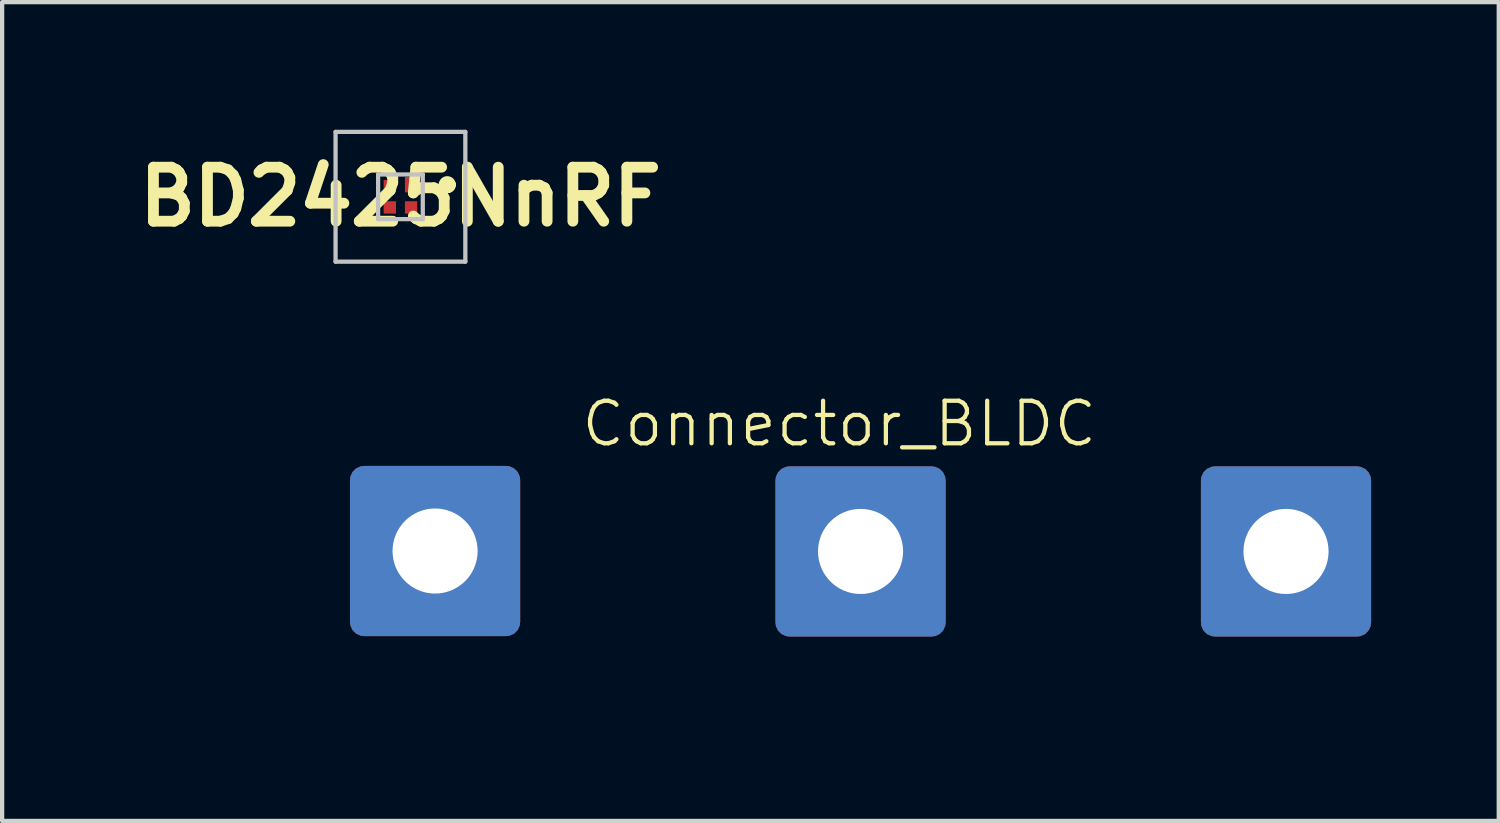
<source format=kicad_pcb>
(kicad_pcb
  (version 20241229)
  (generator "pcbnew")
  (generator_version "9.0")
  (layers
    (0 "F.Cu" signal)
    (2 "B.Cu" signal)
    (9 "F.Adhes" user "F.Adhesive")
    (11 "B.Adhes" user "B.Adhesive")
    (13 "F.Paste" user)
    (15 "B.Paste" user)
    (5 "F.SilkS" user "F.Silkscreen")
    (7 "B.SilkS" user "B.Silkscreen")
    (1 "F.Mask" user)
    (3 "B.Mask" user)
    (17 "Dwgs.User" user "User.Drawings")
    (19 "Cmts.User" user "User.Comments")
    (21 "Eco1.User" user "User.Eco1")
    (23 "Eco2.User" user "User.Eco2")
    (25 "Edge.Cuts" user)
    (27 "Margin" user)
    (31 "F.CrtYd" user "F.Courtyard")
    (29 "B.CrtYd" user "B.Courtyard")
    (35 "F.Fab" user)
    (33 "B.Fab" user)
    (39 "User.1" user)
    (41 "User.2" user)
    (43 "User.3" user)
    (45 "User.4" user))
  (footprint "BD2425NnRF"
    (layer "F.Cu")
    (at 6.362 1.575)
    (property "Reference" "BD2425NnRF" (at 0 0 0) (layer "F.SilkS") (effects (font (size 1.27 1.27) (thickness 0.254))))
    (attr smd)
    (fp_line (start 1 -0.285) (end 1 -0.285) (stroke (width 0.2) (type solid)) (layer "F.SilkS"))
    (fp_line (start 1 -0.285) (end 1 -0.285) (stroke (width 0.2) (type solid)) (layer "F.SilkS"))
    (fp_line (start 1.2 -0.285) (end 1.2 -0.285) (stroke (width 0.2) (type solid)) (layer "F.SilkS"))
    (fp_arc (start 1 -0.285) (mid 1.1 -0.385) (end 1.2 -0.285) (stroke (width 0.2) (type solid)) (layer "F.SilkS"))
    (fp_arc (start 1.2 -0.285) (mid 1.1 -0.185) (end 1 -0.285) (stroke (width 0.2) (type solid)) (layer "F.SilkS"))
    (fp_arc (start 1.2 -0.285) (mid 1.1 -0.185) (end 1 -0.285) (stroke (width 0.2) (type solid)) (layer "F.SilkS"))
    (fp_line (start -1.525 -1.525) (end 1.525 -1.525) (stroke (width 0.1) (type solid)) (layer "Dwgs.User"))
    (fp_line (start -1.525 1.525) (end -1.525 -1.525) (stroke (width 0.1) (type solid)) (layer "Dwgs.User"))
    (fp_line (start -0.525 -0.525) (end -0.525 0.525) (stroke (width 0.1) (type solid)) (layer "Dwgs.User"))
    (fp_line (start -0.525 0.525) (end 0.525 0.525) (stroke (width 0.1) (type solid)) (layer "Dwgs.User"))
    (fp_line (start 0.525 -0.525) (end -0.525 -0.525) (stroke (width 0.1) (type solid)) (layer "Dwgs.User"))
    (fp_line (start 0.525 0.525) (end 0.525 -0.525) (stroke (width 0.1) (type solid)) (layer "Dwgs.User"))
    (fp_line (start 1.525 -1.525) (end 1.525 1.525) (stroke (width 0.1) (type solid)) (layer "Dwgs.User"))
    (fp_line (start 1.525 1.525) (end -1.525 1.525) (stroke (width 0.1) (type solid)) (layer "Dwgs.User"))
    (pad "1" smd rect (at 0.285 -0.285 90) (size 0.36 0.36) (layers "F.Cu" "F.Mask" "F.Paste"))
    (pad "2" smd rect (at -0.25 -0.25 90) (size 0.29 0.29) (layers "F.Cu" "F.Mask" "F.Paste"))
    (pad "3" smd rect (at -0.25 0.25 90) (size 0.29 0.29) (layers "F.Cu" "F.Mask" "F.Paste"))
    (pad "4" smd rect (at 0.25 0.25 90) (size 0.29 0.29) (layers "F.Cu" "F.Mask" "F.Paste")))
  (footprint "Connector_BLDC"
    (layer "F.Cu")
    (at 17.176 9.911)
    (property "Reference" "Connector_BLDC" (at -0.5 -3 0) (unlocked yes) (layer "F.SilkS") (effects (font (size 1 1) (thickness 0.1))))
    (attr through_hole)
    (fp_text user "C                                     B                                     A" (at 10.25 2.25 180) (unlocked yes) (layer "F.Mask") (effects (font (face "Copperplate Gothic Bold") (size 0.8 0.7) (thickness 0.14) (bold yes)) (justify left bottom)))
    (pad "1" thru_hole roundrect (at -10 -0.01) (size 4 4) (drill 2) (layers "*.Cu" "*.Mask") (roundrect_rratio 0.083))
    (pad "2" thru_hole roundrect (at 0 0) (size 4 4) (drill 2) (layers "*.Cu" "*.Mask") (roundrect_rratio 0.083))
    (pad "3" thru_hole roundrect (at 10 0) (size 4 4) (drill 2) (layers "*.Cu" "*.Mask") (roundrect_rratio 0.083)))
  (gr_rect
    (start -3 -3)
    (end 32.176 16.245)
    (stroke (width 0.1) (type default))
    (fill no)
    (layer "Edge.Cuts")))
</source>
